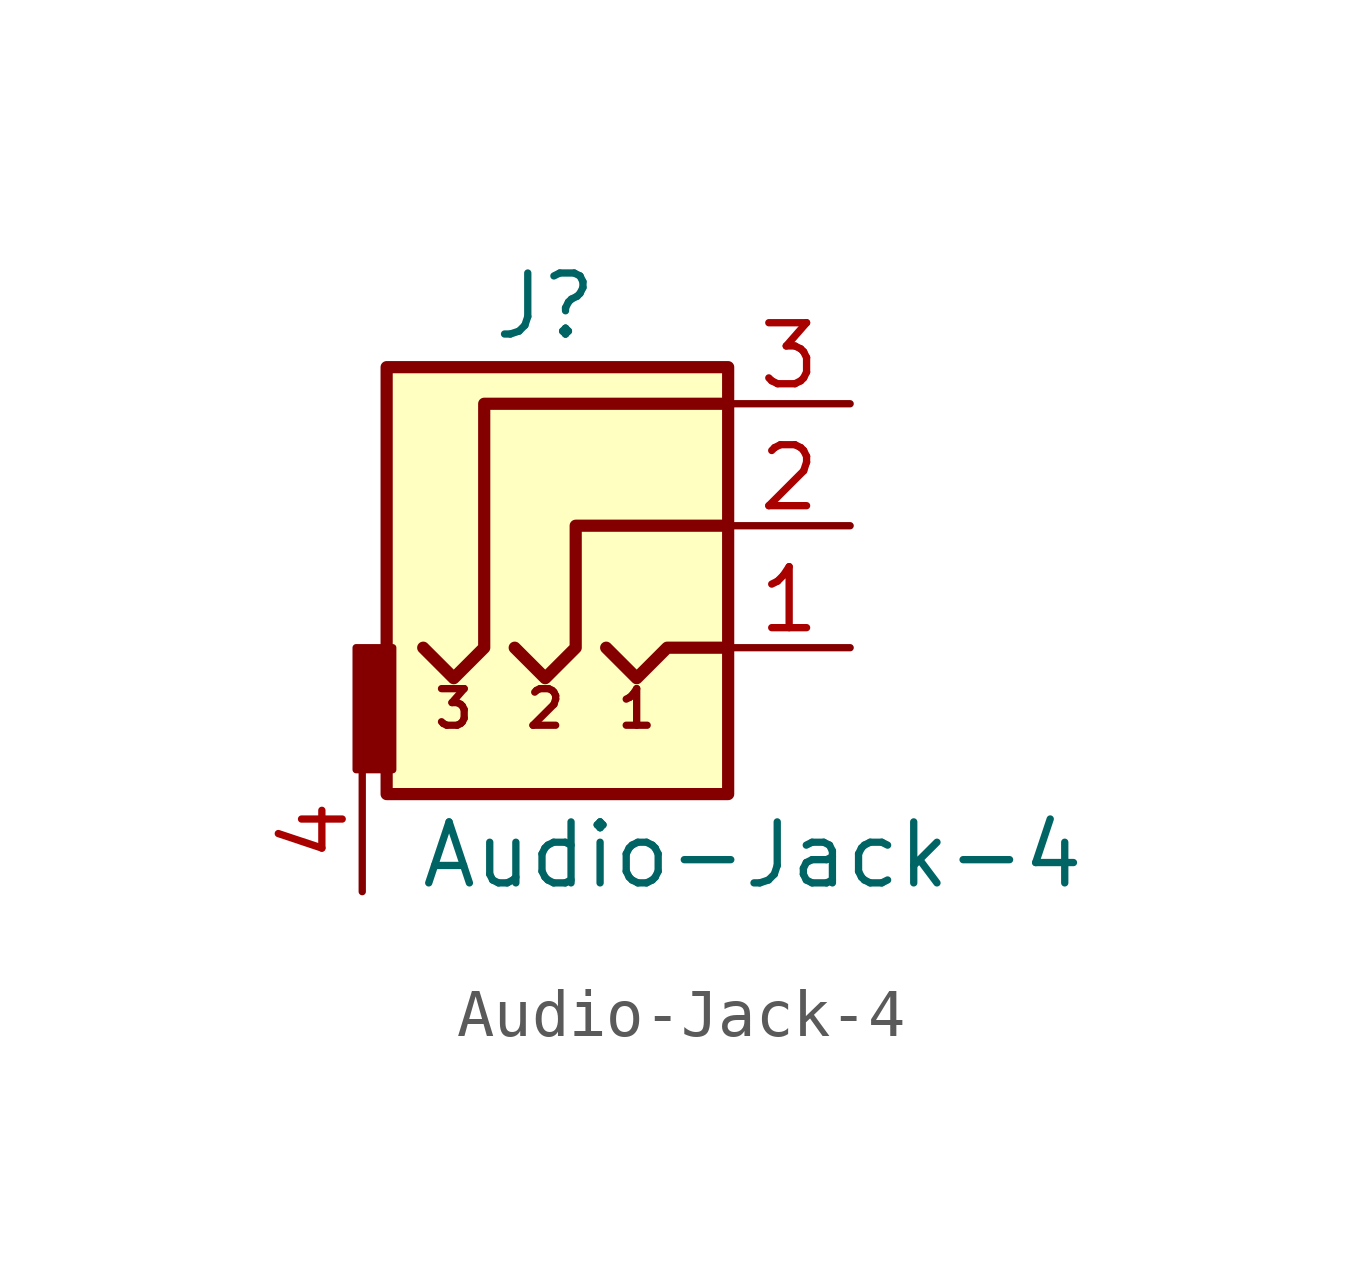
<source format=kicad_sym>
(kicad_symbol_lib
  (version 20211014)
  (generator kicad_symbol_editor)
  (symbol "Audio-Jack-4"
    (pin_names
      (offset 1.016))
    (property "Reference" "J"
      (at -1.27 2.032 0)
      (effects (font (size 1.27 1.27))))
    (property "Value" "Audio-Jack-4"
      (at 3.048 -9.398 0)
      (effects (font (size 1.27 1.27))))
    (symbol "Audio-Jack-4_0_0"
      (rectangle (start -4.572 -8.128) (end 2.54 0.762) (stroke (width 0.254) (type default) (color 0 0 0 0)) (fill (type background)))
      (text "1" (at 0.635 -6.35 0) (effects (font (size 0.762 0.762))))
      (text "2" (at -1.27 -6.35 0) (effects (font (size 0.762 0.762))))
      (text "3" (at -3.175 -6.35 0) (effects (font (size 0.762 0.762)))))
    (symbol "Audio-Jack-4_0_1"
      (rectangle (start -4.445 -7.62) (end -5.207 -5.08) (stroke (width 0) (type default) (color 0 0 0 0)) (fill (type outline)))
      (polyline (pts (xy 0 -5.08) (xy 0.635 -5.715) (xy 1.27 -5.08) (xy 2.54 -5.08)) (stroke (width 0.254) (type default) (color 0 0 0 0)) (fill (type none)))
      (polyline (pts (xy -1.905 -5.08) (xy -1.27 -5.715) (xy -0.635 -5.08) (xy -0.635 -2.54) (xy 2.54 -2.54)) (stroke (width 0.254) (type default) (color 0 0 0 0)) (fill (type none)))
      (polyline (pts (xy 2.54 0) (xy -2.54 0) (xy -2.54 -5.08) (xy -3.175 -5.715) (xy -3.81 -5.08)) (stroke (width 0.254) (type default) (color 0 0 0 0)) (fill (type none))))
    (symbol "Audio-Jack-4_1_1"
      (pin passive line (at 5.08 -5.08 180) (length 2.54) (name "~" (effects (font (size 1.27 1.27)))) (number "1" (effects (font (size 1.27 1.27)))))
      (pin passive line (at 5.08 -2.54 180) (length 2.54) (name "~" (effects (font (size 1.27 1.27)))) (number "2" (effects (font (size 1.27 1.27)))))
      (pin passive line (at 5.08 0 180) (length 2.54) (name "~" (effects (font (size 1.27 1.27)))) (number "3" (effects (font (size 1.27 1.27)))))
      (pin passive line (at -5.08 -10.16 90) (length 2.54) (name "~" (effects (font (size 1.27 1.27)))) (number "4" (effects (font (size 1.27 1.27))))))))
</source>
